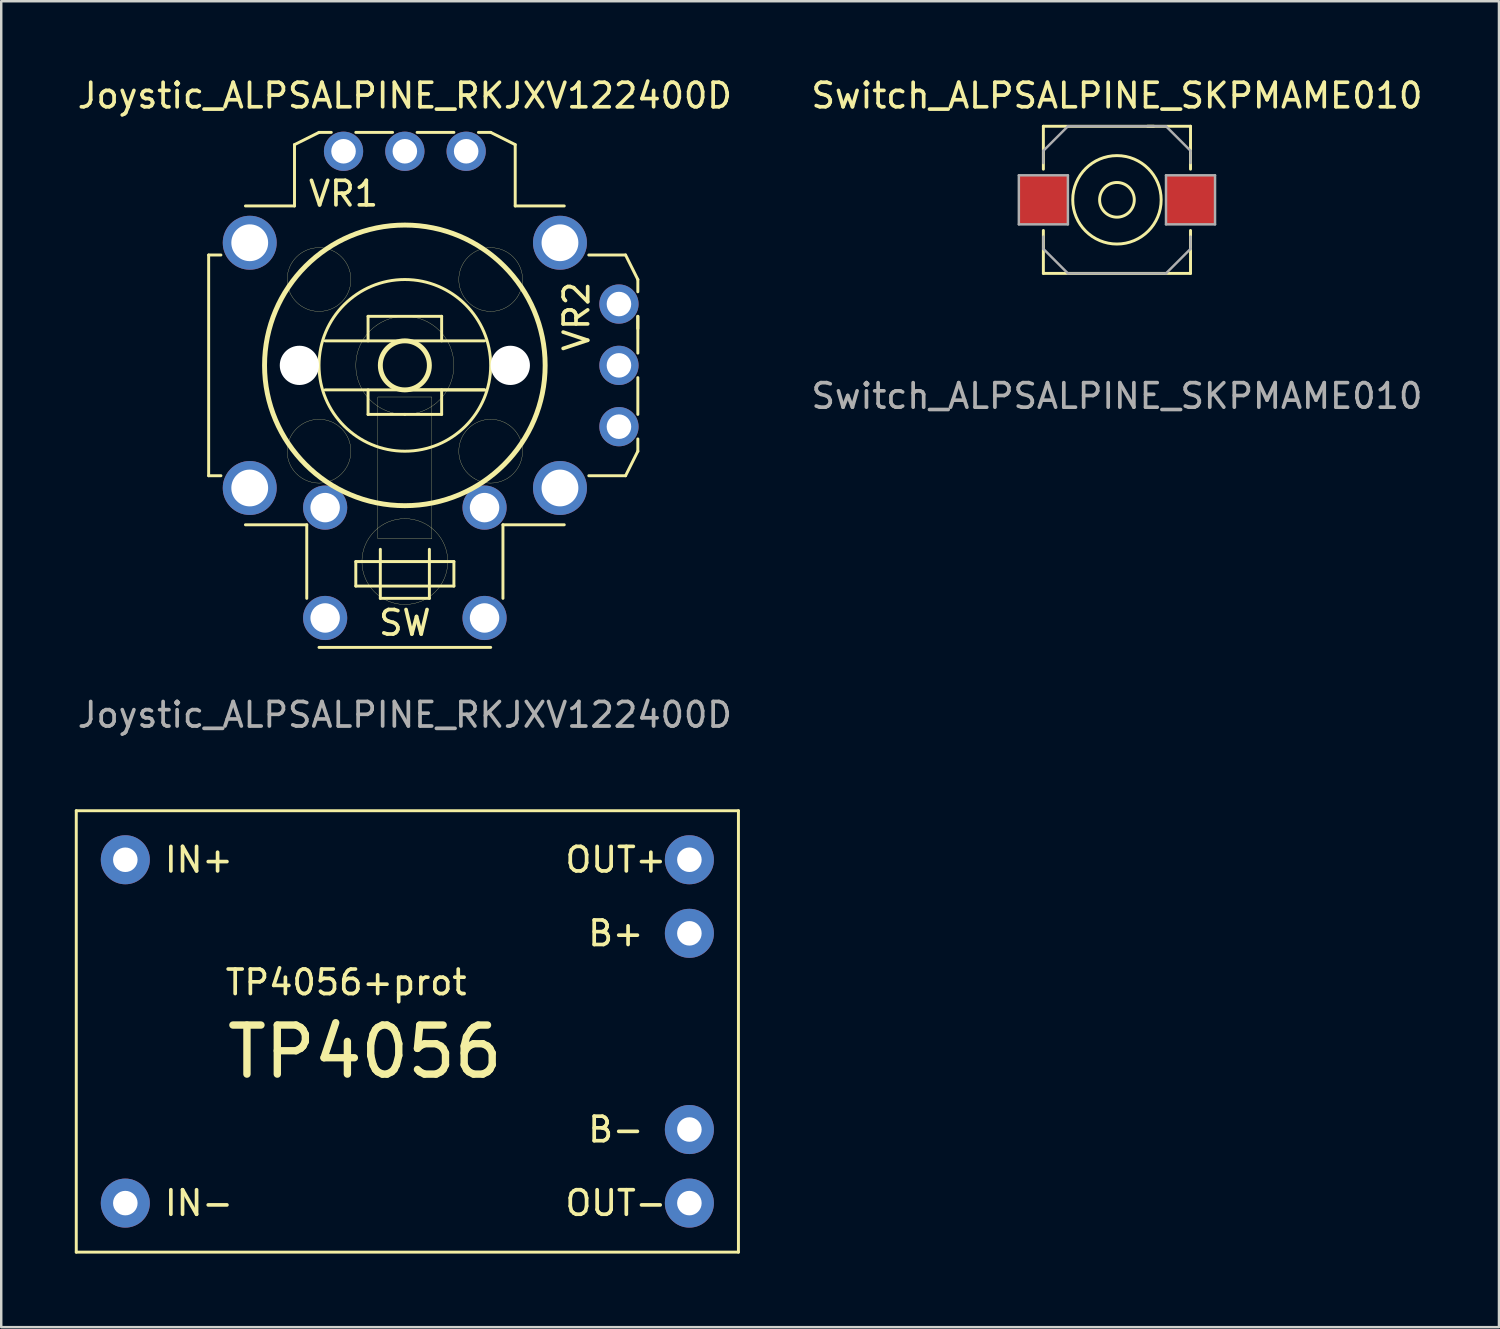
<source format=kicad_pcb>
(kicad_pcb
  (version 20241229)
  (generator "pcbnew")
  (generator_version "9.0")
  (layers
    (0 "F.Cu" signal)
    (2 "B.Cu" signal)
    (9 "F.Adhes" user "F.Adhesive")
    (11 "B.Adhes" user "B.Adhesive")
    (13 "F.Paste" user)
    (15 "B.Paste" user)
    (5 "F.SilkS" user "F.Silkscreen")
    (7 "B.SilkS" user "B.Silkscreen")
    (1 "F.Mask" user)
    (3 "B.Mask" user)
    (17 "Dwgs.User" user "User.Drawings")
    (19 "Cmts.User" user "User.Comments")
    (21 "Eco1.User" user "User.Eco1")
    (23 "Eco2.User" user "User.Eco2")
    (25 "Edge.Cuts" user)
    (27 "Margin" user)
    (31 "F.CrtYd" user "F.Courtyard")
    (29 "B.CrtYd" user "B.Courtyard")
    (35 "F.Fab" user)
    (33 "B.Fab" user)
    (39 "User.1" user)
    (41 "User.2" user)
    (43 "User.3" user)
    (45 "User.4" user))
  (footprint "TP4056+prot"
    (layer "F.Cu")
    (at 2.06 32.007)
    (property "Reference" "TP4056+prot" (at 4 5 0) (unlocked yes) (layer "F.SilkS") (effects (font (size 1 1) (thickness 0.15)) (justify left)))
    (attr through_hole)
    (fp_line (start -2 -2) (end -2 16) (stroke (width 0.12) (type default)) (layer "F.SilkS"))
    (fp_line (start -2 16) (end 25 16) (stroke (width 0.12) (type default)) (layer "F.SilkS"))
    (fp_line (start 25 -2) (end -2 -2) (stroke (width 0.12) (type default)) (layer "F.SilkS"))
    (fp_line (start 25 16) (end 25 -2) (stroke (width 0.12) (type default)) (layer "F.SilkS"))
    (fp_text user "B+" (at 20 3 0) (unlocked yes) (layer "F.SilkS") (effects (font (size 1 1) (thickness 0.15))))
    (fp_text user "B-" (at 20 11 0) (unlocked yes) (layer "F.SilkS") (effects (font (size 1 1) (thickness 0.15))))
    (fp_text user "IN-" (at 3 14 0) (unlocked yes) (layer "F.SilkS") (effects (font (size 1 1) (thickness 0.15))))
    (fp_text user "IN+" (at 3 0 0) (unlocked yes) (layer "F.SilkS") (effects (font (size 1 1) (thickness 0.15))))
    (fp_text user "OUT-" (at 20 14 0) (unlocked yes) (layer "F.SilkS") (effects (font (size 1 1) (thickness 0.15))))
    (fp_text user "TP4056" (at 4 9 0) (unlocked yes) (layer "F.SilkS") (effects (font (size 2 2) (thickness 0.3)) (justify left bottom)))
    (fp_text user "OUT+" (at 20 0 0) (unlocked yes) (layer "F.SilkS") (effects (font (size 1 1) (thickness 0.15))))
    (pad "1" thru_hole circle (at 0 0) (size 2 2) (drill 1) (layers "*.Cu" "*.Mask"))
    (pad "2" thru_hole circle (at 0 14) (size 2 2) (drill 1) (layers "*.Cu" "*.Mask"))
    (pad "3" thru_hole circle (at 23 0) (size 2 2) (drill 1) (layers "*.Cu" "*.Mask"))
    (pad "4" thru_hole circle (at 23 3) (size 2 2) (drill 1) (layers "*.Cu" "*.Mask"))
    (pad "5" thru_hole circle (at 23 11) (size 2 2) (drill 1) (layers "*.Cu" "*.Mask"))
    (pad "6" thru_hole circle (at 23 14) (size 2 2) (drill 1) (layers "*.Cu" "*.Mask")))
  (footprint "Joystic_ALPSALPINE_RKJXV122400D"
    (layer "F.Cu")
    (at 13.458 11.848)
    (property "Reference" "Joystic_ALPSALPINE_RKJXV122400D" (at 0 -11 0) (unlocked yes) (layer "F.SilkS") (effects (font (size 1 1) (thickness 0.15))))
    (attr through_hole)
    (fp_line (start -8 -4.5) (end -7.5 -4.5) (stroke (width 0.12) (type solid)) (layer "F.SilkS"))
    (fp_line (start -8 4.5) (end -8 -4.5) (stroke (width 0.12) (type solid)) (layer "F.SilkS"))
    (fp_line (start -7.5 4.5) (end -8 4.5) (stroke (width 0.12) (type solid)) (layer "F.SilkS"))
    (fp_line (start -6.5 -6.5) (end -4.5 -6.5) (stroke (width 0.12) (type solid)) (layer "F.SilkS"))
    (fp_line (start -4.5 -9) (end -3.5 -9.5) (stroke (width 0.12) (type solid)) (layer "F.SilkS"))
    (fp_line (start -4.5 -6.5) (end -4.5 -9) (stroke (width 0.12) (type solid)) (layer "F.SilkS"))
    (fp_line (start -4 6.5) (end -6.5 6.5) (stroke (width 0.12) (type solid)) (layer "F.SilkS"))
    (fp_line (start -4 9.5) (end -4 6.5) (stroke (width 0.12) (type solid)) (layer "F.SilkS"))
    (fp_line (start -3.5 -9.5) (end -3 -9.5) (stroke (width 0.12) (type solid)) (layer "F.SilkS"))
    (fp_line (start -2 -9.5) (end -0.5 -9.5) (stroke (width 0.12) (type solid)) (layer "F.SilkS"))
    (fp_line (start -2 8) (end -2 9) (stroke (width 0.12) (type solid)) (layer "F.SilkS"))
    (fp_line (start -2 9) (end 2 9) (stroke (width 0.12) (type solid)) (layer "F.SilkS"))
    (fp_line (start -1.75 8) (end -2 8) (stroke (width 0.12) (type solid)) (layer "F.SilkS"))
    (fp_line (start -1.5 -2) (end -1.5 -1) (stroke (width 0.12) (type solid)) (layer "F.SilkS"))
    (fp_line (start -1.5 1) (end -1.5 2) (stroke (width 0.12) (type solid)) (layer "F.SilkS"))
    (fp_line (start -1.5 2) (end 0 2) (stroke (width 0.12) (type solid)) (layer "F.SilkS"))
    (fp_line (start -1 7.5) (end -1 9.5) (stroke (width 0.12) (type solid)) (layer "F.SilkS"))
    (fp_line (start -1 9.5) (end 1 9.5) (stroke (width 0.12) (type solid)) (layer "F.SilkS"))
    (fp_line (start 0 -1) (end -3.25 -1) (stroke (width 0.12) (type solid)) (layer "F.SilkS"))
    (fp_line (start 0 -1) (end 3.25 -1) (stroke (width 0.12) (type solid)) (layer "F.SilkS"))
    (fp_line (start 0 1) (end -3.25 1) (stroke (width 0.12) (type solid)) (layer "F.SilkS"))
    (fp_line (start 0 1) (end 3.25 1) (stroke (width 0.12) (type solid)) (layer "F.SilkS"))
    (fp_line (start 0 2) (end 1.5 2) (stroke (width 0.12) (type solid)) (layer "F.SilkS"))
    (fp_line (start 0.5 -9.5) (end 2 -9.5) (stroke (width 0.12) (type solid)) (layer "F.SilkS"))
    (fp_line (start 1 9.5) (end 1 7.5) (stroke (width 0.12) (type solid)) (layer "F.SilkS"))
    (fp_line (start 1.5 -2) (end -1.5 -2) (stroke (width 0.12) (type solid)) (layer "F.SilkS"))
    (fp_line (start 1.5 -1) (end 1.5 -2) (stroke (width 0.12) (type solid)) (layer "F.SilkS"))
    (fp_line (start 1.5 2) (end 1.5 1) (stroke (width 0.12) (type solid)) (layer "F.SilkS"))
    (fp_line (start 2 8) (end -1.75 8) (stroke (width 0.12) (type solid)) (layer "F.SilkS"))
    (fp_line (start 2 9) (end 2 8) (stroke (width 0.12) (type solid)) (layer "F.SilkS"))
    (fp_line (start 3 -9.5) (end 3.5 -9.5) (stroke (width 0.12) (type solid)) (layer "F.SilkS"))
    (fp_line (start 3.25 1) (end 0 1) (stroke (width 0.12) (type solid)) (layer "F.SilkS"))
    (fp_line (start 3.5 -9.5) (end 4.5 -9) (stroke (width 0.12) (type solid)) (layer "F.SilkS"))
    (fp_line (start 3.5 11.5) (end -3.5 11.5) (stroke (width 0.12) (type solid)) (layer "F.SilkS"))
    (fp_line (start 4 6.5) (end 4 9.5) (stroke (width 0.12) (type solid)) (layer "F.SilkS"))
    (fp_line (start 4.5 -9) (end 4.5 -6.5) (stroke (width 0.12) (type solid)) (layer "F.SilkS"))
    (fp_line (start 4.5 -6.5) (end 6.5 -6.5) (stroke (width 0.12) (type solid)) (layer "F.SilkS"))
    (fp_line (start 6.5 6.5) (end 4 6.5) (stroke (width 0.12) (type solid)) (layer "F.SilkS"))
    (fp_line (start 7.5 -4.5) (end 9 -4.5) (stroke (width 0.12) (type solid)) (layer "F.SilkS"))
    (fp_line (start 9 -4.5) (end 9.5 -3.5) (stroke (width 0.12) (type solid)) (layer "F.SilkS"))
    (fp_line (start 9 4.5) (end 7.5 4.5) (stroke (width 0.12) (type solid)) (layer "F.SilkS"))
    (fp_line (start 9.5 -3.5) (end 9.5 -3) (stroke (width 0.12) (type solid)) (layer "F.SilkS"))
    (fp_line (start 9.5 -2) (end 9.5 -0.5) (stroke (width 0.12) (type solid)) (layer "F.SilkS"))
    (fp_line (start 9.5 -1.5) (end 9.5 -2) (stroke (width 0.12) (type solid)) (layer "F.SilkS"))
    (fp_line (start 9.5 0.5) (end 9.5 2) (stroke (width 0.12) (type solid)) (layer "F.SilkS"))
    (fp_line (start 9.5 3) (end 9.5 3.5) (stroke (width 0.12) (type solid)) (layer "F.SilkS"))
    (fp_line (start 9.5 3.5) (end 9 4.5) (stroke (width 0.12) (type solid)) (layer "F.SilkS"))
    (fp_rect (start -1.1 1.29) (end 1.1 7.07) (stroke (width 0.01) (type solid)) (fill no) (layer "F.SilkS"))
    (fp_circle (center -3.5 -3.5) (end -2.2 -3.5) (stroke (width 0.01) (type solid)) (fill no) (layer "F.SilkS"))
    (fp_circle (center -3.5 3.5) (end -2.2 3.5) (stroke (width 0.01) (type solid)) (fill no) (layer "F.SilkS"))
    (fp_circle (center 0 0) (end 1 0) (stroke (width 0.2) (type solid)) (fill no) (layer "F.SilkS"))
    (fp_circle (center 0 0) (end 2 0) (stroke (width 0.01) (type solid)) (fill no) (layer "F.SilkS"))
    (fp_circle (center 0 0) (end 3.5 0) (stroke (width 0.12) (type solid)) (fill no) (layer "F.SilkS"))
    (fp_circle (center 0 0) (end 5.721 0) (stroke (width 0.2) (type solid)) (fill no) (layer "F.SilkS"))
    (fp_circle (center 0 8) (end 1.75 8) (stroke (width 0.01) (type solid)) (fill no) (layer "F.SilkS"))
    (fp_circle (center 3.5 -3.5) (end 4.8 -3.5) (stroke (width 0.01) (type solid)) (fill no) (layer "F.SilkS"))
    (fp_circle (center 3.5 3.5) (end 4.8 3.5) (stroke (width 0.01) (type solid)) (fill no) (layer "F.SilkS"))
    (fp_text user "SW" (at 0 10.5 0) (unlocked yes) (layer "F.SilkS") (effects (font (size 1 1) (thickness 0.15))))
    (fp_text user "VR2" (at 7 -2 90) (unlocked yes) (layer "F.SilkS") (effects (font (size 1 1) (thickness 0.15))))
    (fp_text user "VR1" (at -2.5 -7 0) (unlocked yes) (layer "F.SilkS") (effects (font (size 1 1) (thickness 0.15))))
    (fp_text user "${REFERENCE}" (at 0 14.25 0) (unlocked yes) (layer "F.Fab") (effects (font (size 1 1) (thickness 0.15))))
    (pad "" np_thru_hole circle (at -4.3 0) (size 1.6 1.6) (drill 1.6) (layers "*.Cu" "*.Mask"))
    (pad "" np_thru_hole circle (at 4.3 0) (size 1.6 1.6) (drill 1.6) (layers "*.Cu" "*.Mask"))
    (pad "1" thru_hole circle (at -2.5 -8.73) (size 1.6 1.6) (drill 1) (layers "*.Cu" "*.Mask"))
    (pad "2" thru_hole circle (at 0 -8.73) (size 1.6 1.6) (drill 1) (layers "*.Cu" "*.Mask"))
    (pad "3" thru_hole circle (at 2.5 -8.73) (size 1.6 1.6) (drill 1) (layers "*.Cu" "*.Mask"))
    (pad "4" thru_hole circle (at 8.73 -2.5) (size 1.6 1.6) (drill 1) (layers "*.Cu" "*.Mask"))
    (pad "5" thru_hole circle (at 8.73 0) (size 1.6 1.6) (drill 1) (layers "*.Cu" "*.Mask"))
    (pad "6" thru_hole circle (at 8.73 2.5) (size 1.6 1.6) (drill 1) (layers "*.Cu" "*.Mask"))
    (pad "SH" thru_hole circle (at -6.325 -5) (size 2.2 2.2) (drill 1.5) (layers "*.Cu" "*.Mask"))
    (pad "SH" thru_hole circle (at -6.325 5) (size 2.2 2.2) (drill 1.5) (layers "*.Cu" "*.Mask"))
    (pad "SH" thru_hole circle (at 6.325 -5) (size 2.2 2.2) (drill 1.5) (layers "*.Cu" "*.Mask"))
    (pad "SH" thru_hole circle (at 6.325 5) (size 2.2 2.2) (drill 1.5) (layers "*.Cu" "*.Mask"))
    (pad "a" thru_hole circle (at -3.25 5.8) (size 1.8 1.8) (drill 1.2) (layers "*.Cu" "*.Mask"))
    (pad "b" thru_hole circle (at -3.25 10.3) (size 1.8 1.8) (drill 1.2) (layers "*.Cu" "*.Mask"))
    (pad "c" thru_hole circle (at 3.25 5.8) (size 1.8 1.8) (drill 1.2) (layers "*.Cu" "*.Mask"))
    (pad "d" thru_hole circle (at 3.25 10.3) (size 1.8 1.8) (drill 1.2) (layers "*.Cu" "*.Mask"))
    (zone (net_name "") (layer "F.Cu") (hatch full 0.508) (connect_pads) (min_thickness 0.254) (filled_areas_thickness no) (keepout (tracks not_allowed) (vias not_allowed) (pads not_allowed) (copperpour not_allowed) (footprints not_allowed)) (placement (enabled no)) (fill) (polygon (pts (xy 12.358 13.138) (xy 14.558 13.138) (xy 14.558 18.918) (xy 12.358 18.918))))
    (zone (net_name "") (layer "F.Cu") (hatch full 0.508) (connect_pads) (min_thickness 0.254) (filled_areas_thickness no) (keepout (tracks not_allowed) (vias not_allowed) (pads not_allowed) (copperpour not_allowed) (footprints not_allowed)) (placement (enabled no)) (fill) (polygon (pts (xy 11.263 8.348) (xy 11.243 8.122) (xy 11.185 7.902) (xy 11.088 7.696) (xy 10.958 7.509) (xy 10.797 7.349) (xy 10.611 7.218) (xy 10.405 7.122) (xy 10.185 7.063) (xy 9.958 7.043) (xy 9.732 7.063) (xy 9.512 7.122) (xy 9.306 7.218) (xy 9.12 7.349) (xy 8.959 7.509) (xy 8.828 7.696) (xy 8.732 7.902) (xy 8.673 8.122) (xy 8.653 8.348) (xy 8.673 8.575) (xy 8.732 8.795) (xy 8.828 9.001) (xy 8.959 9.187) (xy 9.12 9.348) (xy 9.306 9.478) (xy 9.512 9.575) (xy 9.732 9.633) (xy 9.958 9.653) (xy 10.185 9.633) (xy 10.405 9.575) (xy 10.611 9.478) (xy 10.797 9.348) (xy 10.958 9.187) (xy 11.088 9.001) (xy 11.185 8.795) (xy 11.243 8.575))))
    (zone (net_name "") (layer "F.Cu") (hatch full 0.508) (connect_pads) (min_thickness 0.254) (filled_areas_thickness no) (keepout (tracks not_allowed) (vias not_allowed) (pads not_allowed) (copperpour not_allowed) (footprints not_allowed)) (placement (enabled no)) (fill) (polygon (pts (xy 11.263 15.348) (xy 11.243 15.122) (xy 11.185 14.902) (xy 11.088 14.696) (xy 10.958 14.509) (xy 10.797 14.349) (xy 10.611 14.218) (xy 10.405 14.122) (xy 10.185 14.063) (xy 9.958 14.043) (xy 9.732 14.063) (xy 9.512 14.122) (xy 9.306 14.218) (xy 9.12 14.349) (xy 8.959 14.509) (xy 8.828 14.696) (xy 8.732 14.902) (xy 8.673 15.122) (xy 8.653 15.348) (xy 8.673 15.575) (xy 8.732 15.795) (xy 8.828 16.001) (xy 8.959 16.187) (xy 9.12 16.348) (xy 9.306 16.478) (xy 9.512 16.575) (xy 9.732 16.633) (xy 9.958 16.653) (xy 10.185 16.633) (xy 10.405 16.575) (xy 10.611 16.478) (xy 10.797 16.348) (xy 10.958 16.187) (xy 11.088 16.001) (xy 11.185 15.795) (xy 11.243 15.575))))
    (zone (net_name "") (layer "F.Cu") (hatch full 0.508) (connect_pads) (min_thickness 0.254) (filled_areas_thickness no) (keepout (tracks not_allowed) (vias not_allowed) (pads not_allowed) (copperpour not_allowed) (footprints not_allowed)) (placement (enabled no)) (fill) (polygon (pts (xy 18.263 8.348) (xy 18.243 8.122) (xy 18.185 7.902) (xy 18.088 7.696) (xy 17.958 7.509) (xy 17.797 7.349) (xy 17.611 7.218) (xy 17.405 7.122) (xy 17.185 7.063) (xy 16.958 7.043) (xy 16.732 7.063) (xy 16.512 7.122) (xy 16.306 7.218) (xy 16.12 7.349) (xy 15.959 7.509) (xy 15.828 7.696) (xy 15.732 7.902) (xy 15.673 8.122) (xy 15.653 8.348) (xy 15.673 8.575) (xy 15.732 8.795) (xy 15.828 9.001) (xy 15.959 9.187) (xy 16.12 9.348) (xy 16.306 9.478) (xy 16.512 9.575) (xy 16.732 9.633) (xy 16.958 9.653) (xy 17.185 9.633) (xy 17.405 9.575) (xy 17.611 9.478) (xy 17.797 9.348) (xy 17.958 9.187) (xy 18.088 9.001) (xy 18.185 8.795) (xy 18.243 8.575))))
    (zone (net_name "") (layer "F.Cu") (hatch full 0.508) (connect_pads) (min_thickness 0.254) (filled_areas_thickness no) (keepout (tracks not_allowed) (vias not_allowed) (pads not_allowed) (copperpour not_allowed) (footprints not_allowed)) (placement (enabled no)) (fill) (polygon (pts (xy 18.263 15.348) (xy 18.243 15.122) (xy 18.185 14.902) (xy 18.088 14.696) (xy 17.958 14.509) (xy 17.797 14.349) (xy 17.611 14.218) (xy 17.405 14.122) (xy 17.185 14.063) (xy 16.958 14.043) (xy 16.732 14.063) (xy 16.512 14.122) (xy 16.306 14.218) (xy 16.12 14.349) (xy 15.959 14.509) (xy 15.828 14.696) (xy 15.732 14.902) (xy 15.673 15.122) (xy 15.653 15.348) (xy 15.673 15.575) (xy 15.732 15.795) (xy 15.828 16.001) (xy 15.959 16.187) (xy 16.12 16.348) (xy 16.306 16.478) (xy 16.512 16.575) (xy 16.732 16.633) (xy 16.958 16.653) (xy 17.185 16.633) (xy 17.405 16.575) (xy 17.611 16.478) (xy 17.797 16.348) (xy 17.958 16.187) (xy 18.088 16.001) (xy 18.185 15.795) (xy 18.243 15.575))))
    (zone (net_name "") (layer "F.Cu") (hatch full 0.508) (connect_pads) (min_thickness 0.254) (filled_areas_thickness no) (keepout (tracks not_allowed) (vias not_allowed) (pads not_allowed) (copperpour not_allowed) (footprints not_allowed)) (placement (enabled no)) (fill) (polygon (pts (xy 15.213 19.848) (xy 15.194 19.589) (xy 15.137 19.335) (xy 15.042 19.093) (xy 14.913 18.867) (xy 14.752 18.663) (xy 14.563 18.484) (xy 14.349 18.336) (xy 14.116 18.221) (xy 13.868 18.142) (xy 13.611 18.1) (xy 13.351 18.097) (xy 13.093 18.132) (xy 12.844 18.204) (xy 12.608 18.313) (xy 12.39 18.456) (xy 12.196 18.629) (xy 12.03 18.829) (xy 11.895 19.052) (xy 11.794 19.291) (xy 11.73 19.544) (xy 11.704 19.802) (xy 11.717 20.062) (xy 11.767 20.317) (xy 11.855 20.562) (xy 11.978 20.791) (xy 12.134 21) (xy 12.319 21.183) (xy 12.528 21.336) (xy 12.759 21.458) (xy 13.004 21.543) (xy 13.26 21.592) (xy 13.52 21.602) (xy 13.778 21.574) (xy 14.03 21.508) (xy 14.269 21.405) (xy 14.49 21.268) (xy 14.688 21.1) (xy 14.86 20.904) (xy 15.001 20.686) (xy 15.107 20.448) (xy 15.178 20.198) (xy 15.211 19.94))))
    (zone (net_name "") (layer "F.Cu") (hatch full 0.508) (connect_pads) (min_thickness 0.254) (filled_areas_thickness no) (keepout (tracks not_allowed) (vias not_allowed) (pads not_allowed) (copperpour not_allowed) (footprints not_allowed)) (placement (enabled no)) (fill) (polygon (pts (xy 15.463 11.848) (xy 15.443 11.566) (xy 15.384 11.289) (xy 15.286 11.023) (xy 15.151 10.774) (xy 14.983 10.546) (xy 14.784 10.344) (xy 14.559 10.172) (xy 14.312 10.034) (xy 14.048 9.932) (xy 13.772 9.868) (xy 13.49 9.843) (xy 13.207 9.859) (xy 12.929 9.914) (xy 12.662 10.008) (xy 12.411 10.139) (xy 12.18 10.303) (xy 11.975 10.499) (xy 11.8 10.721) (xy 11.658 10.966) (xy 11.551 11.229) (xy 11.483 11.504) (xy 11.454 11.785) (xy 11.465 12.068) (xy 11.516 12.347) (xy 11.606 12.616) (xy 11.732 12.869) (xy 11.893 13.102) (xy 12.086 13.31) (xy 12.305 13.489) (xy 12.548 13.635) (xy 12.809 13.745) (xy 13.083 13.818) (xy 13.364 13.851) (xy 13.647 13.844) (xy 13.926 13.798) (xy 14.196 13.713) (xy 14.452 13.59) (xy 14.687 13.433) (xy 14.898 13.244) (xy 15.081 13.027) (xy 15.23 12.787) (xy 15.345 12.527) (xy 15.422 12.255) (xy 15.459 11.974)))))
  (footprint "Switch_ALPSALPINE_SKPMAME010"
    (layer "F.Cu")
    (at 42.494 5.098)
    (property "Reference" "Switch_ALPSALPINE_SKPMAME010" (at 0 -4.25 0) (unlocked yes) (layer "F.SilkS") (effects (font (size 1 1) (thickness 0.15))))
    (attr smd)
    (fp_line (start -3 -3) (end -3 -1.25) (stroke (width 0.12) (type solid)) (layer "F.SilkS"))
    (fp_line (start -3 1.25) (end -3 3) (stroke (width 0.12) (type solid)) (layer "F.SilkS"))
    (fp_line (start -3 3) (end 3 3) (stroke (width 0.12) (type solid)) (layer "F.SilkS"))
    (fp_line (start 1.5 -3) (end 1.25 -3) (stroke (width 0.12) (type solid)) (layer "F.SilkS"))
    (fp_line (start 3 -3) (end -3 -3) (stroke (width 0.12) (type solid)) (layer "F.SilkS"))
    (fp_line (start 3 -1.25) (end 3 -3) (stroke (width 0.12) (type solid)) (layer "F.SilkS"))
    (fp_line (start 3 3) (end 3 1.25) (stroke (width 0.12) (type solid)) (layer "F.SilkS"))
    (fp_circle (center 0 0) (end 0.5 -0.5) (stroke (width 0.12) (type solid)) (fill no) (layer "F.SilkS"))
    (fp_circle (center 0 0) (end 1 -1.5) (stroke (width 0.12) (type solid)) (fill no) (layer "F.SilkS"))
    (fp_line (start -4 -1) (end -2 -1) (stroke (width 0.1) (type default)) (layer "F.Fab"))
    (fp_line (start -4 1) (end -4 -1) (stroke (width 0.1) (type default)) (layer "F.Fab"))
    (fp_line (start -3 -2) (end -3 -1.5) (stroke (width 0.1) (type default)) (layer "F.Fab"))
    (fp_line (start -3 2) (end -3 1.5) (stroke (width 0.1) (type default)) (layer "F.Fab"))
    (fp_line (start -3 2) (end -2 3) (stroke (width 0.1) (type default)) (layer "F.Fab"))
    (fp_line (start -2 -3) (end -3 -2) (stroke (width 0.1) (type default)) (layer "F.Fab"))
    (fp_line (start -2 -1) (end -2 1) (stroke (width 0.1) (type default)) (layer "F.Fab"))
    (fp_line (start -2 1) (end -4 1) (stroke (width 0.1) (type default)) (layer "F.Fab"))
    (fp_line (start -2 3) (end 2 3) (stroke (width 0.1) (type default)) (layer "F.Fab"))
    (fp_line (start 2 -3) (end -2 -3) (stroke (width 0.1) (type default)) (layer "F.Fab"))
    (fp_line (start 2 -1) (end 2 1) (stroke (width 0.1) (type default)) (layer "F.Fab"))
    (fp_line (start 2 1) (end 4 1) (stroke (width 0.1) (type default)) (layer "F.Fab"))
    (fp_line (start 2 3) (end 3 2) (stroke (width 0.1) (type default)) (layer "F.Fab"))
    (fp_line (start 3 -2) (end 2 -3) (stroke (width 0.1) (type default)) (layer "F.Fab"))
    (fp_line (start 3 -2) (end 3 -1.5) (stroke (width 0.1) (type default)) (layer "F.Fab"))
    (fp_line (start 3 2) (end 3 1.5) (stroke (width 0.1) (type default)) (layer "F.Fab"))
    (fp_line (start 4 -1) (end 2 -1) (stroke (width 0.1) (type default)) (layer "F.Fab"))
    (fp_line (start 4 1) (end 4 -1) (stroke (width 0.1) (type default)) (layer "F.Fab"))
    (fp_text user "${REFERENCE}" (at 0 8 0) (unlocked yes) (layer "F.Fab") (effects (font (size 1 1) (thickness 0.15))))
    (pad "1" smd rect (at -3 0) (size 2 2) (layers "F.Cu" "F.Mask" "F.Paste"))
    (pad "2" smd rect (at 3 0) (size 2 2) (layers "F.Cu" "F.Mask" "F.Paste")))
  (gr_rect
    (start -3 -3)
    (end 58.071 51.066)
    (stroke (width 0.1) (type default))
    (fill no)
    (layer "Edge.Cuts")))
</source>
